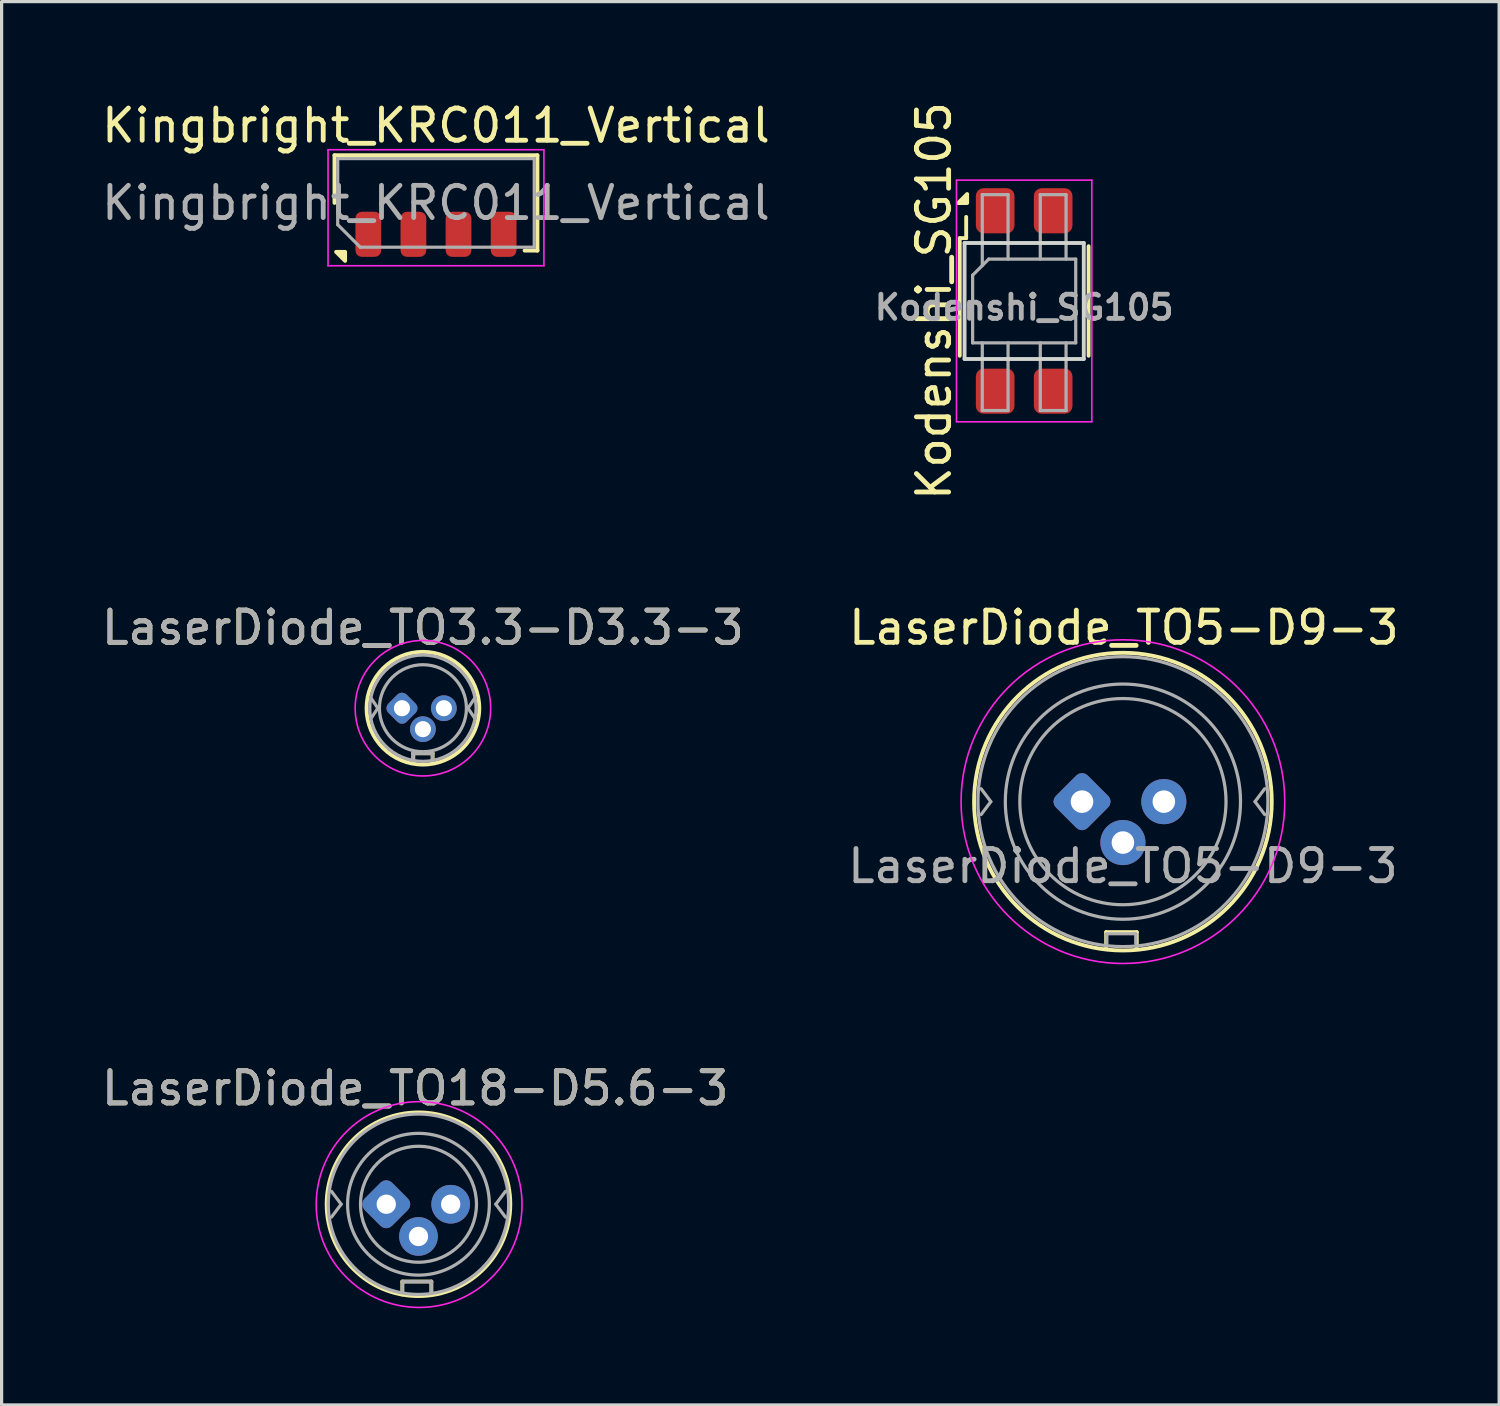
<source format=kicad_pcb>
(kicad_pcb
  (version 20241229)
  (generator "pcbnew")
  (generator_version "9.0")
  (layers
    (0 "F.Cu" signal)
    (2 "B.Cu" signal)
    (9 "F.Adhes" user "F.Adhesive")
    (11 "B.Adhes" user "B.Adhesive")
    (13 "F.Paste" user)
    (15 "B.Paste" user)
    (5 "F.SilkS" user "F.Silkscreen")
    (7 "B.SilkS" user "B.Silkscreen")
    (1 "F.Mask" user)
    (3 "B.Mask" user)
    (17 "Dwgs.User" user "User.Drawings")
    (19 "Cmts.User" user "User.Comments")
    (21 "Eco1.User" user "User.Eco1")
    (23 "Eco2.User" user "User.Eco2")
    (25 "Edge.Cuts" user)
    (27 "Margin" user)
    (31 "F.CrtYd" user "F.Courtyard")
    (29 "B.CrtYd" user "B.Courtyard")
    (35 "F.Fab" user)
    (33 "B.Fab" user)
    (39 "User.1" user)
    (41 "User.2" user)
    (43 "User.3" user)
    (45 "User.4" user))
  (footprint "Kingbright_KRC011_Vertical"
    (layer "F.Cu")
    (at 10.482 3.248)
    (property "Reference" "Kingbright_KRC011_Vertical" (at 0 -2.4 0) (layer "F.SilkS") (effects (font (size 1 1) (thickness 0.15))))
    (attr smd)
    (fp_line (start -3.15 -1.48) (end -3.15 0) (stroke (width 0.12) (type solid)) (layer "F.SilkS"))
    (fp_line (start 3.15 -1.48) (end -3.15 -1.48) (stroke (width 0.12) (type solid)) (layer "F.SilkS"))
    (fp_line (start 3.15 -1.48) (end 3.15 1.48) (stroke (width 0.12) (type solid)) (layer "F.SilkS"))
    (fp_line (start 3.15 1.48) (end 2.75 1.48) (stroke (width 0.12) (type solid)) (layer "F.SilkS"))
    (fp_poly (pts (xy -2.82 1.52) (xy -2.82 1.8) (xy -3.1 1.52) (xy -2.82 1.52)) (stroke (width 0.12) (type solid)) (fill yes) (layer "F.SilkS"))
    (fp_line (start -3.35 -1.65) (end -3.35 1.95) (stroke (width 0.05) (type solid)) (layer "F.CrtYd"))
    (fp_line (start -3.35 -1.65) (end 3.35 -1.65) (stroke (width 0.05) (type solid)) (layer "F.CrtYd"))
    (fp_line (start -3.35 1.95) (end 3.35 1.95) (stroke (width 0.05) (type solid)) (layer "F.CrtYd"))
    (fp_line (start 3.35 1.95) (end 3.35 -1.65) (stroke (width 0.05) (type solid)) (layer "F.CrtYd"))
    (fp_line (start -3.05 -1.375) (end 3.05 -1.375) (stroke (width 0.1) (type solid)) (layer "F.Fab"))
    (fp_line (start -3.05 0.675) (end -3.05 -1.375) (stroke (width 0.1) (type solid)) (layer "F.Fab"))
    (fp_line (start -3.05 0.675) (end -2.35 1.375) (stroke (width 0.1) (type solid)) (layer "F.Fab"))
    (fp_line (start 3.05 -1.375) (end 3.05 1.375) (stroke (width 0.1) (type solid)) (layer "F.Fab"))
    (fp_line (start 3.05 1.375) (end -2.35 1.375) (stroke (width 0.1) (type solid)) (layer "F.Fab"))
    (fp_text user "${REFERENCE}" (at 0 0 0) (layer "F.Fab") (effects (font (size 1 1) (thickness 0.15))))
    (pad "1" smd roundrect (at -2.1 0.975) (size 0.8 1.4) (layers "F.Cu" "F.Mask" "F.Paste") (roundrect_rratio 0.25))
    (pad "2" smd roundrect (at -0.7 0.975) (size 0.8 1.4) (layers "F.Cu" "F.Mask" "F.Paste") (roundrect_rratio 0.25))
    (pad "3" smd roundrect (at 0.7 0.975) (size 0.8 1.4) (layers "F.Cu" "F.Mask" "F.Paste") (roundrect_rratio 0.25))
    (pad "4" smd roundrect (at 2.1 0.975) (size 0.8 1.4) (layers "F.Cu" "F.Mask" "F.Paste") (roundrect_rratio 0.25)))
  (footprint "LaserDiode_TO5-D9-3"
    (layer "F.Cu")
    (at 30.534 21.832)
    (property "Reference" "LaserDiode_TO5-D9-3" (at 1.3 -5.4 0) (layer "F.SilkS") (effects (font (size 1 1) (thickness 0.15))))
    (attr through_hole)
    (fp_line (start 0.75 4.05) (end 1.7 4.05) (stroke (width 0.12) (type solid)) (layer "F.SilkS"))
    (fp_line (start 0.75 4.55) (end 0.75 4.05) (stroke (width 0.12) (type solid)) (layer "F.SilkS"))
    (fp_line (start 1.7 4.05) (end 1.7 4.55) (stroke (width 0.12) (type solid)) (layer "F.SilkS"))
    (fp_circle (center 1.27 0) (end -3.35 0) (stroke (width 0.12) (type solid)) (fill no) (layer "F.SilkS"))
    (fp_circle (center 1.27 0) (end 5.4 2.86) (stroke (width 0.05) (type solid)) (fill no) (layer "F.CrtYd"))
    (fp_line (start -2.83 0) (end -3.13 -0.4) (stroke (width 0.1) (type solid)) (layer "F.Fab"))
    (fp_line (start -2.83 0) (end -3.13 0.4) (stroke (width 0.1) (type solid)) (layer "F.Fab"))
    (fp_line (start 0.77 4.1) (end 1.67 4.1) (stroke (width 0.1) (type solid)) (layer "F.Fab"))
    (fp_line (start 0.77 4.4) (end 0.77 4.1) (stroke (width 0.1) (type solid)) (layer "F.Fab"))
    (fp_line (start 1.67 4.1) (end 1.67 4.4) (stroke (width 0.1) (type solid)) (layer "F.Fab"))
    (fp_line (start 5.37 0) (end 5.67 0.4) (stroke (width 0.1) (type solid)) (layer "F.Fab"))
    (fp_line (start 5.67 -0.4) (end 5.37 0) (stroke (width 0.1) (type solid)) (layer "F.Fab"))
    (fp_circle (center 1.27 0) (end -3.23 0) (stroke (width 0.1) (type solid)) (fill no) (layer "F.Fab"))
    (fp_circle (center 1.27 0) (end 4.47 0) (stroke (width 0.1) (type solid)) (fill no) (layer "F.Fab"))
    (fp_circle (center 1.27 0) (end 4.92 0) (stroke (width 0.1) (type solid)) (fill no) (layer "F.Fab"))
    (fp_text user "${REFERENCE}" (at 1.27 2 0) (layer "F.Fab") (effects (font (size 1 1) (thickness 0.15))))
    (pad "1" thru_hole roundrect (at 0 0 45) (size 1.4 1.4) (drill 0.7) (layers "*.Cu" "*.Mask") (roundrect_rratio 0.178))
    (pad "2" thru_hole circle (at 1.27 1.27) (size 1.4 1.4) (drill 0.7) (layers "*.Cu" "*.Mask"))
    (pad "3" thru_hole circle (at 2.54 0) (size 1.4 1.4) (drill 0.7) (layers "*.Cu" "*.Mask")))
  (footprint "LaserDiode_TO18-D5.6-3"
    (layer "F.Cu")
    (at 8.939 34.328)
    (property "Reference" "LaserDiode_TO18-D5.6-3" (at 0.9 -3.6 0) (layer "F.SilkS") (effects (font (size 1 1) (thickness 0.15))))
    (attr through_hole)
    (fp_line (start 0.5 2.4) (end 1.4 2.4) (stroke (width 0.12) (type solid)) (layer "F.SilkS"))
    (fp_line (start 0.5 2.8) (end 0.5 2.4) (stroke (width 0.12) (type solid)) (layer "F.SilkS"))
    (fp_line (start 1.4 2.4) (end 1.4 2.8) (stroke (width 0.12) (type solid)) (layer "F.SilkS"))
    (fp_circle (center 1 0) (end -1.85 0) (stroke (width 0.12) (type solid)) (fill no) (layer "F.SilkS"))
    (fp_circle (center 1.02 0.01) (end 3.85 1.49) (stroke (width 0.05) (type solid)) (fill no) (layer "F.CrtYd"))
    (fp_line (start -1.4 0) (end -1.7 -0.4) (stroke (width 0.1) (type solid)) (layer "F.Fab"))
    (fp_line (start -1.4 0) (end -1.7 0.4) (stroke (width 0.1) (type solid)) (layer "F.Fab"))
    (fp_line (start 0.5 2.4) (end 1.4 2.4) (stroke (width 0.1) (type solid)) (layer "F.Fab"))
    (fp_line (start 0.5 2.7) (end 0.5 2.4) (stroke (width 0.1) (type solid)) (layer "F.Fab"))
    (fp_line (start 1.4 2.4) (end 1.4 2.7) (stroke (width 0.1) (type solid)) (layer "F.Fab"))
    (fp_line (start 3.4 0) (end 3.7 0.4) (stroke (width 0.1) (type solid)) (layer "F.Fab"))
    (fp_line (start 3.7 -0.4) (end 3.4 0) (stroke (width 0.1) (type solid)) (layer "F.Fab"))
    (fp_circle (center 1 0) (end -1.8 0) (stroke (width 0.1) (type solid)) (fill no) (layer "F.Fab"))
    (fp_circle (center 1 0) (end 2.8 0) (stroke (width 0.1) (type solid)) (fill no) (layer "F.Fab"))
    (fp_circle (center 1 0) (end 3.2 0) (stroke (width 0.1) (type solid)) (fill no) (layer "F.Fab"))
    (fp_text user "${REFERENCE}" (at 0.9 -3.6 0) (layer "F.Fab") (effects (font (size 1 1) (thickness 0.15))))
    (pad "1" thru_hole roundrect (at 0 0 45) (size 1.2 1.2) (drill 0.6) (layers "*.Cu" "*.Mask") (roundrect_rratio 0.208))
    (pad "2" thru_hole circle (at 1 1) (size 1.2 1.2) (drill 0.6) (layers "*.Cu" "*.Mask"))
    (pad "3" thru_hole circle (at 2 0) (size 1.2 1.2) (drill 0.6) (layers "*.Cu" "*.Mask")))
  (footprint "Kodenshi_SG105"
    (layer "F.Cu")
    (at 28.739 6.292)
    (property "Reference" "Kodenshi_SG105" (at -2.8 0 90) (layer "F.SilkS") (effects (font (size 1 1) (thickness 0.15))))
    (attr smd)
    (fp_line (start -2 -1.95) (end -1.8 -1.95) (stroke (width 0.12) (type solid)) (layer "F.SilkS"))
    (fp_line (start -2 1.7) (end -2 -1.95) (stroke (width 0.12) (type solid)) (layer "F.SilkS"))
    (fp_line (start -1.8 -1.95) (end -1.8 -2.61) (stroke (width 0.12) (type solid)) (layer "F.SilkS"))
    (fp_line (start 2 1.7) (end 2 -1.7) (stroke (width 0.12) (type solid)) (layer "F.SilkS"))
    (fp_poly (pts (xy -1.77 -3.04) (xy -2.05 -3.04) (xy -1.77 -3.32) (xy -1.77 -3.04)) (stroke (width 0.12) (type solid)) (fill yes) (layer "F.SilkS"))
    (fp_line (start -1.85 -1.8) (end 1.85 -1.8) (stroke (width 0.12) (type solid)) (layer "Edge.Cuts"))
    (fp_line (start -1.85 1.8) (end -1.85 -1.8) (stroke (width 0.12) (type solid)) (layer "Edge.Cuts"))
    (fp_line (start 1.85 -1.8) (end 1.85 1.8) (stroke (width 0.12) (type solid)) (layer "Edge.Cuts"))
    (fp_line (start 1.85 1.8) (end -1.85 1.8) (stroke (width 0.12) (type solid)) (layer "Edge.Cuts"))
    (fp_line (start -2.1 -3.75) (end -2.1 3.75) (stroke (width 0.05) (type solid)) (layer "F.CrtYd"))
    (fp_line (start -2.1 -3.75) (end 2.1 -3.75) (stroke (width 0.05) (type solid)) (layer "F.CrtYd"))
    (fp_line (start 2.1 3.75) (end -2.1 3.75) (stroke (width 0.05) (type solid)) (layer "F.CrtYd"))
    (fp_line (start 2.1 3.75) (end 2.1 -3.75) (stroke (width 0.05) (type solid)) (layer "F.CrtYd"))
    (fp_line (start -1.6 -0.8) (end -1.1 -1.3) (stroke (width 0.1) (type solid)) (layer "F.Fab"))
    (fp_line (start -1.6 1.3) (end -1.6 -0.8) (stroke (width 0.1) (type solid)) (layer "F.Fab"))
    (fp_line (start -1.3 -3.3) (end -1.3 -1.1) (stroke (width 0.1) (type solid)) (layer "F.Fab"))
    (fp_line (start -1.3 -3.3) (end -0.5 -3.3) (stroke (width 0.1) (type solid)) (layer "F.Fab"))
    (fp_line (start -1.3 3.4) (end -1.3 1.3) (stroke (width 0.1) (type solid)) (layer "F.Fab"))
    (fp_line (start -1.1 -1.3) (end 1.6 -1.3) (stroke (width 0.1) (type solid)) (layer "F.Fab"))
    (fp_line (start -0.5 -3.3) (end -0.5 -1.3) (stroke (width 0.1) (type solid)) (layer "F.Fab"))
    (fp_line (start -0.5 1.3) (end -0.5 3.4) (stroke (width 0.1) (type solid)) (layer "F.Fab"))
    (fp_line (start -0.5 3.4) (end -1.3 3.4) (stroke (width 0.1) (type solid)) (layer "F.Fab"))
    (fp_line (start 0.5 -3.3) (end 1.3 -3.3) (stroke (width 0.1) (type solid)) (layer "F.Fab"))
    (fp_line (start 0.5 -1.3) (end 0.5 -3.3) (stroke (width 0.1) (type solid)) (layer "F.Fab"))
    (fp_line (start 0.5 1.3) (end 0.5 3.4) (stroke (width 0.1) (type solid)) (layer "F.Fab"))
    (fp_line (start 0.5 3.4) (end 1.3 3.4) (stroke (width 0.1) (type solid)) (layer "F.Fab"))
    (fp_line (start 1.3 -3.3) (end 1.3 -1.3) (stroke (width 0.1) (type solid)) (layer "F.Fab"))
    (fp_line (start 1.3 3.4) (end 1.3 1.3) (stroke (width 0.1) (type solid)) (layer "F.Fab"))
    (fp_line (start 1.6 -1.3) (end 1.6 1.3) (stroke (width 0.1) (type solid)) (layer "F.Fab"))
    (fp_line (start 1.6 1.3) (end -1.6 1.3) (stroke (width 0.1) (type solid)) (layer "F.Fab"))
    (fp_text user "${REFERENCE}" (at 0 0.2 0) (layer "F.Fab") (effects (font (size 0.75 0.75) (thickness 0.15))))
    (pad "1" smd roundrect (at -0.9 -2.8) (size 1.2 1.4) (layers "F.Cu" "F.Mask" "F.Paste") (roundrect_rratio 0.2))
    (pad "2" smd roundrect (at -0.9 2.8) (size 1.2 1.4) (layers "F.Cu" "F.Mask" "F.Paste") (roundrect_rratio 0.2))
    (pad "3" smd roundrect (at 0.9 2.8) (size 1.2 1.4) (layers "F.Cu" "F.Mask" "F.Paste") (roundrect_rratio 0.2))
    (pad "4" smd roundrect (at 0.9 -2.8) (size 1.2 1.4) (layers "F.Cu" "F.Mask" "F.Paste") (roundrect_rratio 0.2)))
  (footprint "LaserDiode_TO3.3-D3.3-3"
    (layer "F.Cu")
    (at 9.427 18.932)
    (property "Reference" "LaserDiode_TO3.3-D3.3-3" (at 0.65 -2.5 0) (layer "F.SilkS") (effects (font (size 1 1) (thickness 0.15))))
    (attr through_hole)
    (fp_line (start 0.35 1.4) (end 0.35 1.7) (stroke (width 0.12) (type solid)) (layer "F.SilkS"))
    (fp_line (start 0.95 1.4) (end 0.35 1.4) (stroke (width 0.12) (type solid)) (layer "F.SilkS"))
    (fp_line (start 0.95 1.7) (end 0.95 1.4) (stroke (width 0.12) (type solid)) (layer "F.SilkS"))
    (fp_circle (center 0.65 0) (end -1.1 0) (stroke (width 0.12) (type solid)) (fill no) (layer "F.SilkS"))
    (fp_circle (center 0.65 0) (end 2.5 1) (stroke (width 0.05) (type solid)) (fill no) (layer "F.CrtYd"))
    (fp_line (start -0.95 -0.3) (end -0.75 0) (stroke (width 0.1) (type solid)) (layer "F.Fab"))
    (fp_line (start -0.75 0) (end -0.95 0.3) (stroke (width 0.1) (type solid)) (layer "F.Fab"))
    (fp_line (start 0.35 1.4) (end 0.95 1.4) (stroke (width 0.1) (type solid)) (layer "F.Fab"))
    (fp_line (start 0.35 1.6) (end 0.35 1.4) (stroke (width 0.1) (type solid)) (layer "F.Fab"))
    (fp_line (start 0.95 1.4) (end 0.95 1.6) (stroke (width 0.1) (type solid)) (layer "F.Fab"))
    (fp_line (start 2.05 0) (end 2.25 0.3) (stroke (width 0.1) (type solid)) (layer "F.Fab"))
    (fp_line (start 2.25 -0.3) (end 2.05 0) (stroke (width 0.1) (type solid)) (layer "F.Fab"))
    (fp_circle (center 0.65 0) (end -1 0) (stroke (width 0.1) (type solid)) (fill no) (layer "F.Fab"))
    (fp_circle (center 0.65 0) (end 2 0) (stroke (width 0.1) (type solid)) (fill no) (layer "F.Fab"))
    (fp_text user "${REFERENCE}" (at 0.65 -2.5 0) (layer "F.Fab") (effects (font (size 1 1) (thickness 0.15))))
    (pad "1" thru_hole roundrect (at 0 0 45) (size 0.8 0.8) (drill 0.5) (layers "*.Cu" "*.Mask") (roundrect_rratio 0.25))
    (pad "2" thru_hole circle (at 0.65 0.65) (size 0.8 0.8) (drill 0.5) (layers "*.Cu" "*.Mask"))
    (pad "3" thru_hole circle (at 1.3 0) (size 0.8 0.8) (drill 0.5) (layers "*.Cu" "*.Mask")))
  (gr_rect
    (start -3 -3)
    (end 43.482 40.557)
    (stroke (width 0.1) (type default))
    (fill no)
    (layer "Edge.Cuts")))
</source>
